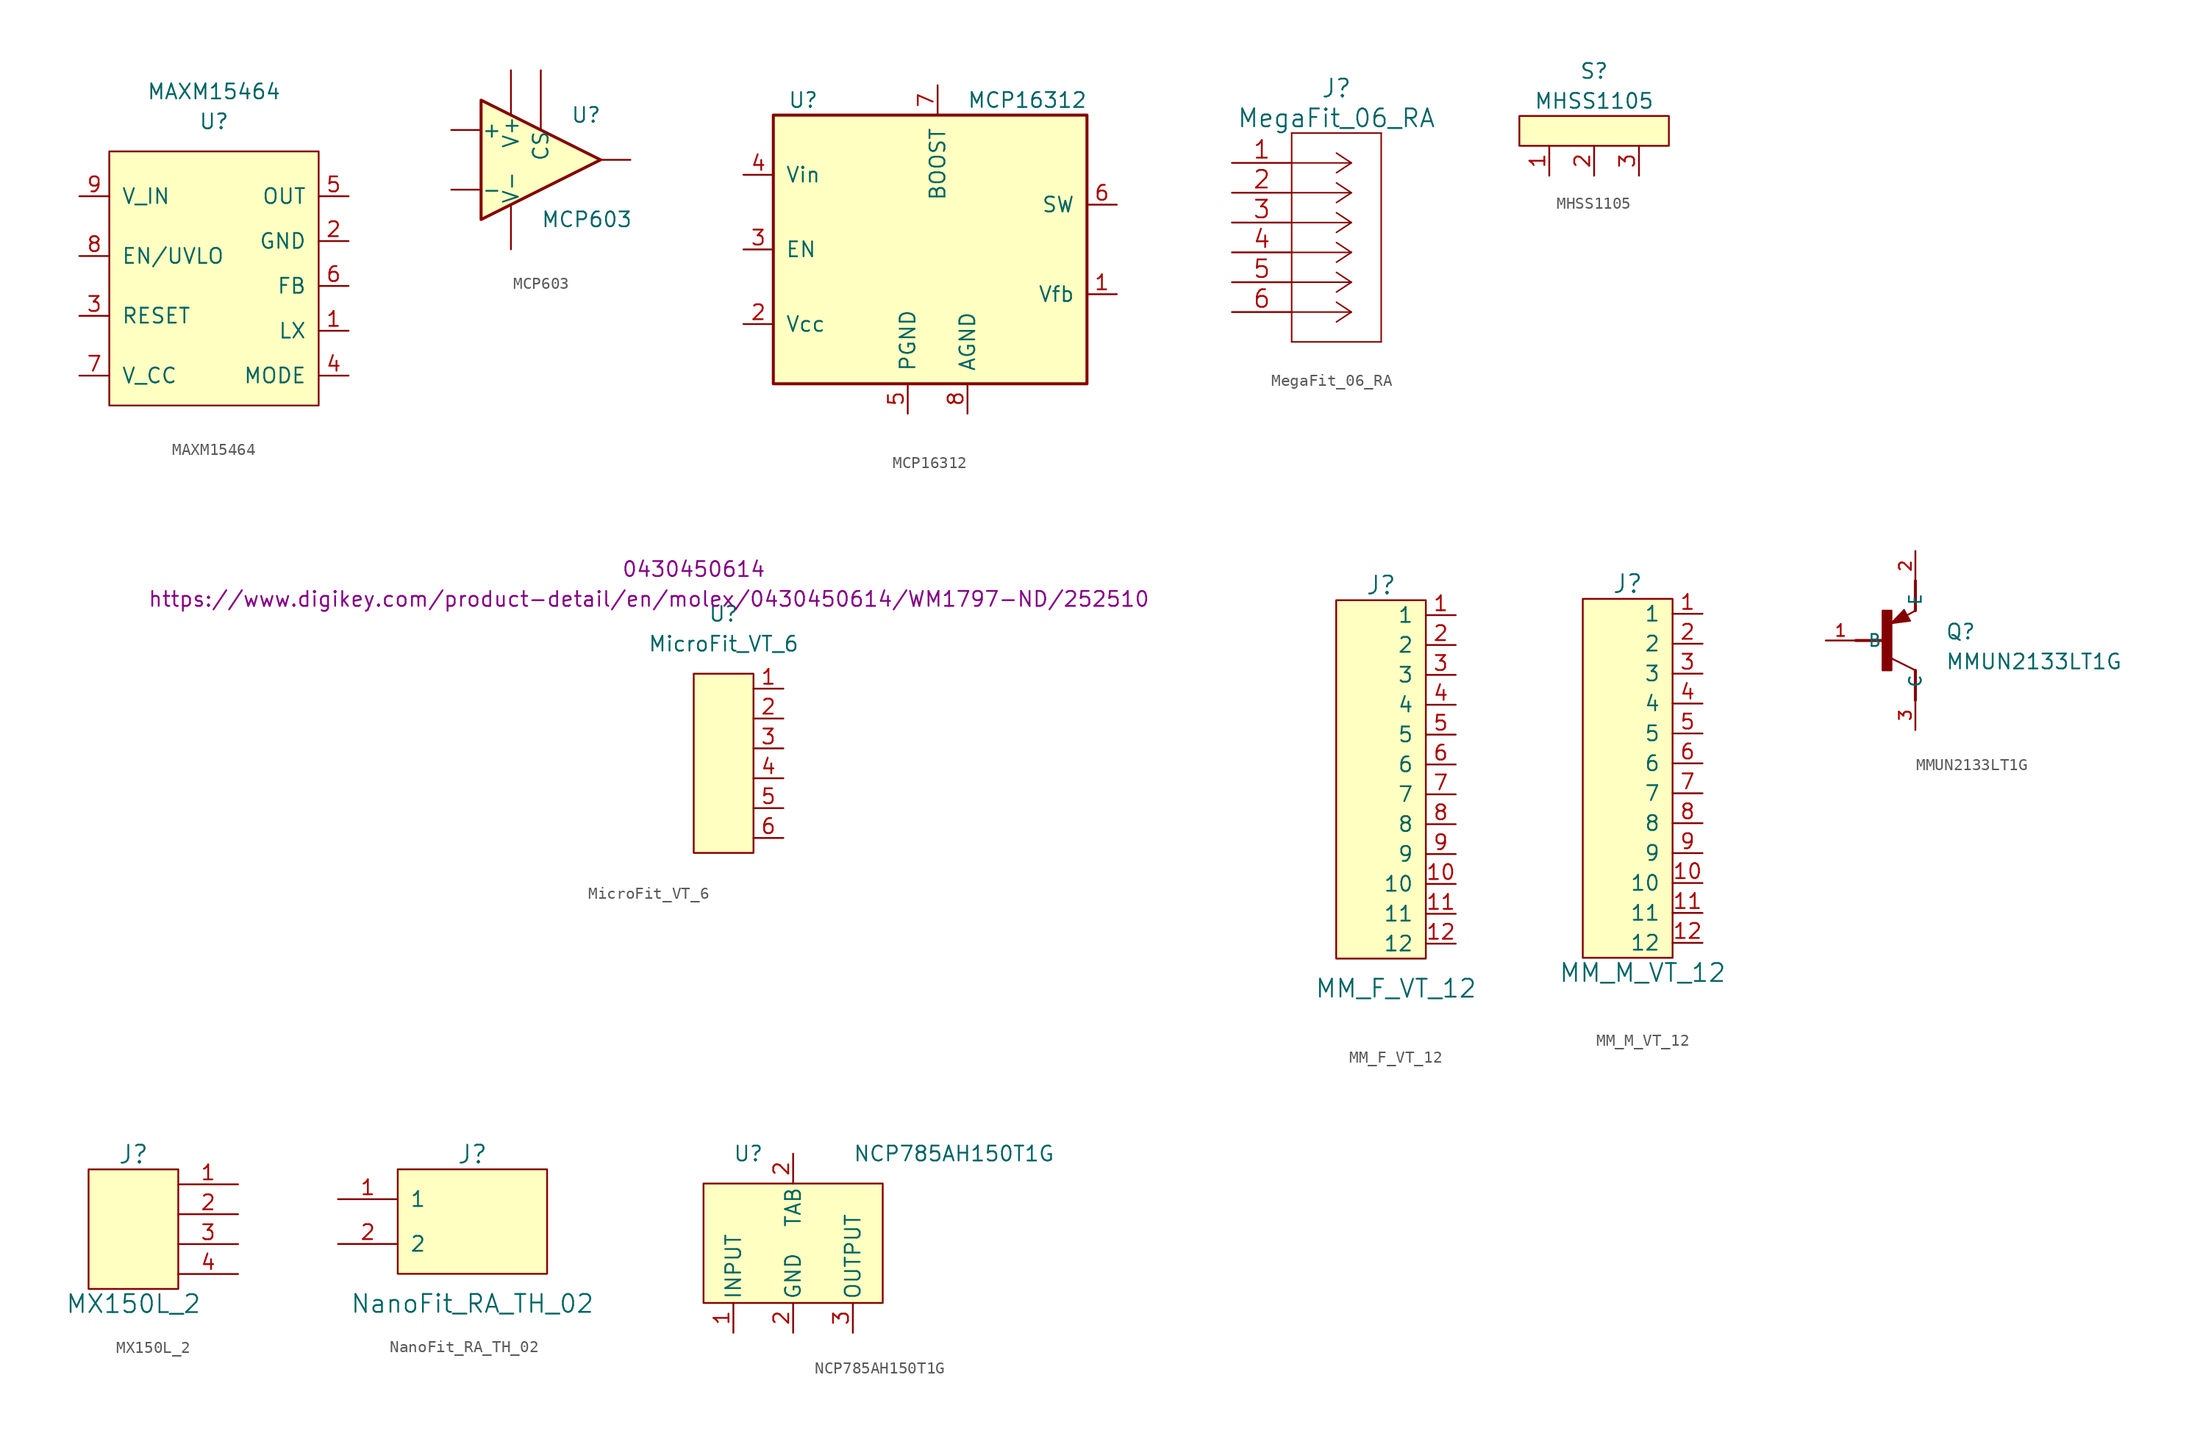
<source format=kicad_sym>
(kicad_symbol_lib
  (version 20211014)
  (generator kicad_symbol_editor)
  (symbol "MAXM15464"
    (pin_names
      (offset 1.016))
    (property "Reference" "U"
      (at 0 12.7 0)
      (effects (font (size 1.27 1.27))))
    (property "Value" "MAXM15464"
      (at 0 15.24 0)
      (effects (font (size 1.27 1.27))))
    (symbol "MAXM15464_0_1"
      (rectangle (start -8.89 10.16) (end 8.89 -11.43) (stroke (width 0) (type default) (color 0 0 0 0)) (fill (type background))))
    (symbol "MAXM15464_1_1"
      (pin input line (at 11.43 -5.08 180) (length 2.54) (name "LX" (effects (font (size 1.27 1.27)))) (number "1" (effects (font (size 1.27 1.27)))))
      (pin input line (at 11.43 2.54 180) (length 2.54) (name "GND" (effects (font (size 1.27 1.27)))) (number "2" (effects (font (size 1.27 1.27)))))
      (pin input line (at -11.43 -3.81 0) (length 2.54) (name "RESET" (effects (font (size 1.27 1.27)))) (number "3" (effects (font (size 1.27 1.27)))))
      (pin input line (at 11.43 -8.89 180) (length 2.54) (name "MODE" (effects (font (size 1.27 1.27)))) (number "4" (effects (font (size 1.27 1.27)))))
      (pin input line (at 11.43 6.35 180) (length 2.54) (name "OUT" (effects (font (size 1.27 1.27)))) (number "5" (effects (font (size 1.27 1.27)))))
      (pin input line (at 11.43 -1.27 180) (length 2.54) (name "FB" (effects (font (size 1.27 1.27)))) (number "6" (effects (font (size 1.27 1.27)))))
      (pin input line (at -11.43 -8.89 0) (length 2.54) (name "V_CC" (effects (font (size 1.27 1.27)))) (number "7" (effects (font (size 1.27 1.27)))))
      (pin input line (at -11.43 1.27 0) (length 2.54) (name "EN/UVLO" (effects (font (size 1.27 1.27)))) (number "8" (effects (font (size 1.27 1.27)))))
      (pin input line (at -11.43 6.35 0) (length 2.54) (name "V_IN" (effects (font (size 1.27 1.27)))) (number "9" (effects (font (size 1.27 1.27)))))))
  (symbol "MCP603"
    (pin_numbers hide)
    (pin_names
      (offset 0.025))
    (property "Reference" "U"
      (at 2.54 3.81 0)
      (effects (font (size 1.27 1.27)) (justify left)))
    (property "Value" "MCP603"
      (at 0 -5.08 0)
      (effects (font (size 1.27 1.27)) (justify left)))
    (symbol "MCP603_0_1"
      (polyline (pts (xy -5.08 5.08) (xy 5.08 0) (xy -5.08 -5.08) (xy -5.08 5.08)) (stroke (width 0.254) (type default) (color 0 0 0 0)) (fill (type background)))
      (pin power_in line (at -2.54 -7.62 90) (length 3.81) (name "V-" (effects (font (size 1.27 1.27)))) (number "2" (effects (font (size 1.27 1.27)))))
      (pin power_in line (at -2.54 7.62 270) (length 3.81) (name "V+" (effects (font (size 1.27 1.27)))) (number "6" (effects (font (size 1.27 1.27))))))
    (symbol "MCP603_1_1"
      (pin output line (at 7.62 0 180) (length 2.54) (name "~" (effects (font (size 1.27 1.27)))) (number "1" (effects (font (size 1.27 1.27)))))
      (pin input line (at -7.62 2.54 0) (length 2.54) (name "+" (effects (font (size 1.27 1.27)))) (number "3" (effects (font (size 1.27 1.27)))))
      (pin input line (at -7.62 -2.54 0) (length 2.54) (name "-" (effects (font (size 1.27 1.27)))) (number "4" (effects (font (size 1.27 1.27)))))
      (pin input line (at 0 7.62 270) (length 5.08) (name "CS" (effects (font (size 1.27 1.27)))) (number "5" (effects (font (size 1.27 1.27)))))))
  (symbol "MCP16312"
    (pin_names
      (offset 1.016))
    (property "Reference" "U"
      (at -25.4 43.18 0)
      (effects (font (size 1.27 1.27))))
    (property "Value" "MCP16312"
      (at -6.35 43.18 0)
      (effects (font (size 1.27 1.27))))
    (symbol "MCP16312_0_1"
      (rectangle (start -1.27 19.05) (end -27.94 41.91) (stroke (width 0.254) (type default) (color 0 0 0 0)) (fill (type background))))
    (symbol "MCP16312_1_1"
      (pin output line (at 1.27 26.67 180) (length 2.54) (name "Vfb" (effects (font (size 1.27 1.27)))) (number "1" (effects (font (size 1.27 1.27)))))
      (pin output line (at -30.48 24.13 0) (length 2.54) (name "Vcc" (effects (font (size 1.27 1.27)))) (number "2" (effects (font (size 1.27 1.27)))))
      (pin output line (at -30.48 30.48 0) (length 2.54) (name "EN" (effects (font (size 1.27 1.27)))) (number "3" (effects (font (size 1.27 1.27)))))
      (pin output line (at -30.48 36.83 0) (length 2.54) (name "Vin" (effects (font (size 1.27 1.27)))) (number "4" (effects (font (size 1.27 1.27)))))
      (pin output line (at -16.51 16.51 90) (length 2.54) (name "PGND" (effects (font (size 1.27 1.27)))) (number "5" (effects (font (size 1.27 1.27)))))
      (pin output line (at 1.27 34.29 180) (length 2.54) (name "SW" (effects (font (size 1.27 1.27)))) (number "6" (effects (font (size 1.27 1.27)))))
      (pin output line (at -13.97 44.45 270) (length 2.54) (name "BOOST" (effects (font (size 1.27 1.27)))) (number "7" (effects (font (size 1.27 1.27)))))
      (pin output line (at -11.43 16.51 90) (length 2.54) (name "AGND" (effects (font (size 1.27 1.27)))) (number "8" (effects (font (size 1.27 1.27)))))))
  (symbol "MegaFit_06_RA"
    (pin_names
      (offset 0.254) hide)
    (property "Reference" "J"
      (at 8.89 6.35 0)
      (effects (font (size 1.524 1.524))))
    (property "Value" "MegaFit_06_RA"
      (at 8.89 3.81 0)
      (effects (font (size 1.524 1.524))))
    (symbol "MegaFit_06_RA_1_1"
      (polyline (pts (xy 5.08 -15.24) (xy 12.7 -15.24)) (stroke (width 0.127) (type default) (color 0 0 0 0)) (fill (type none)))
      (polyline (pts (xy 5.08 2.54) (xy 5.08 -15.24)) (stroke (width 0.127) (type default) (color 0 0 0 0)) (fill (type none)))
      (polyline (pts (xy 10.16 -12.7) (xy 5.08 -12.7)) (stroke (width 0.127) (type default) (color 0 0 0 0)) (fill (type none)))
      (polyline (pts (xy 10.16 -12.7) (xy 8.89 -13.538)) (stroke (width 0.127) (type default) (color 0 0 0 0)) (fill (type none)))
      (polyline (pts (xy 10.16 -12.7) (xy 8.89 -11.862)) (stroke (width 0.127) (type default) (color 0 0 0 0)) (fill (type none)))
      (polyline (pts (xy 10.16 -10.16) (xy 5.08 -10.16)) (stroke (width 0.127) (type default) (color 0 0 0 0)) (fill (type none)))
      (polyline (pts (xy 10.16 -10.16) (xy 8.89 -10.998)) (stroke (width 0.127) (type default) (color 0 0 0 0)) (fill (type none)))
      (polyline (pts (xy 10.16 -10.16) (xy 8.89 -9.322)) (stroke (width 0.127) (type default) (color 0 0 0 0)) (fill (type none)))
      (polyline (pts (xy 10.16 -7.62) (xy 5.08 -7.62)) (stroke (width 0.127) (type default) (color 0 0 0 0)) (fill (type none)))
      (polyline (pts (xy 10.16 -7.62) (xy 8.89 -8.458)) (stroke (width 0.127) (type default) (color 0 0 0 0)) (fill (type none)))
      (polyline (pts (xy 10.16 -7.62) (xy 8.89 -6.782)) (stroke (width 0.127) (type default) (color 0 0 0 0)) (fill (type none)))
      (polyline (pts (xy 10.16 -5.08) (xy 5.08 -5.08)) (stroke (width 0.127) (type default) (color 0 0 0 0)) (fill (type none)))
      (polyline (pts (xy 10.16 -5.08) (xy 8.89 -5.918)) (stroke (width 0.127) (type default) (color 0 0 0 0)) (fill (type none)))
      (polyline (pts (xy 10.16 -5.08) (xy 8.89 -4.242)) (stroke (width 0.127) (type default) (color 0 0 0 0)) (fill (type none)))
      (polyline (pts (xy 10.16 -2.54) (xy 5.08 -2.54)) (stroke (width 0.127) (type default) (color 0 0 0 0)) (fill (type none)))
      (polyline (pts (xy 10.16 -2.54) (xy 8.89 -3.378)) (stroke (width 0.127) (type default) (color 0 0 0 0)) (fill (type none)))
      (polyline (pts (xy 10.16 -2.54) (xy 8.89 -1.702)) (stroke (width 0.127) (type default) (color 0 0 0 0)) (fill (type none)))
      (polyline (pts (xy 10.16 0) (xy 5.08 0)) (stroke (width 0.127) (type default) (color 0 0 0 0)) (fill (type none)))
      (polyline (pts (xy 10.16 0) (xy 8.89 -0.838)) (stroke (width 0.127) (type default) (color 0 0 0 0)) (fill (type none)))
      (polyline (pts (xy 10.16 0) (xy 8.89 0.838)) (stroke (width 0.127) (type default) (color 0 0 0 0)) (fill (type none)))
      (polyline (pts (xy 12.7 -15.24) (xy 12.7 2.54)) (stroke (width 0.127) (type default) (color 0 0 0 0)) (fill (type none)))
      (polyline (pts (xy 12.7 2.54) (xy 5.08 2.54)) (stroke (width 0.127) (type default) (color 0 0 0 0)) (fill (type none)))
      (pin unspecified line (at 0 0 0) (length 5.08) (name "1" (effects (font (size 1.499 1.499)))) (number "1" (effects (font (size 1.499 1.499)))))
      (pin unspecified line (at 0 -2.54 0) (length 5.08) (name "2" (effects (font (size 1.499 1.499)))) (number "2" (effects (font (size 1.499 1.499)))))
      (pin unspecified line (at 0 -5.08 0) (length 5.08) (name "3" (effects (font (size 1.499 1.499)))) (number "3" (effects (font (size 1.499 1.499)))))
      (pin unspecified line (at 0 -7.62 0) (length 5.08) (name "4" (effects (font (size 1.499 1.499)))) (number "4" (effects (font (size 1.499 1.499)))))
      (pin unspecified line (at 0 -10.16 0) (length 5.08) (name "5" (effects (font (size 1.499 1.499)))) (number "5" (effects (font (size 1.499 1.499)))))
      (pin unspecified line (at 0 -12.7 0) (length 5.08) (name "6" (effects (font (size 1.499 1.499)))) (number "6" (effects (font (size 1.499 1.499)))))))
  (symbol "MHSS1105"
    (pin_names
      (offset 1.016))
    (property "Reference" "S"
      (at 0 6.35 0)
      (effects (font (size 1.27 1.27))))
    (property "Value" "MHSS1105"
      (at 0 3.81 0)
      (effects (font (size 1.27 1.27))))
    (symbol "MHSS1105_0_1"
      (rectangle (start -6.35 2.54) (end 6.35 0) (stroke (width 0) (type default) (color 0 0 0 0)) (fill (type background))))
    (symbol "MHSS1105_1_1"
      (pin output line (at -3.81 -2.54 90) (length 2.54) (name "~" (effects (font (size 1.27 1.27)))) (number "1" (effects (font (size 1.27 1.27)))))
      (pin output line (at 0 -2.54 90) (length 2.54) (name "~" (effects (font (size 1.27 1.27)))) (number "2" (effects (font (size 1.27 1.27)))))
      (pin output line (at 3.81 -2.54 90) (length 2.54) (name "~" (effects (font (size 1.27 1.27)))) (number "3" (effects (font (size 1.27 1.27)))))))
  (symbol "MicroFit_VT_6"
    (pin_names
      (offset 1.016))
    (property "Reference" "U"
      (at 0 12.7 0)
      (effects (font (size 1.27 1.27))))
    (property "Value" "MicroFit_VT_6"
      (at 0 10.16 0)
      (effects (font (size 1.27 1.27))))
    (property "MPN" "0430450614"
      (at -2.54 16.51 0)
      (effects (font (size 1.27 1.27))))
    (property "PurchasingLink" "https://www.digikey.com/product-detail/en/molex/0430450614/WM1797-ND/252510"
      (at -6.35 13.97 0)
      (effects (font (size 1.27 1.27))))
    (symbol "MicroFit_VT_6_0_1"
      (rectangle (start -2.54 7.62) (end 2.54 -7.62) (stroke (width 0) (type default) (color 0 0 0 0)) (fill (type background))))
    (symbol "MicroFit_VT_6_1_1"
      (pin input line (at 5.08 6.35 180) (length 2.54) (name "~" (effects (font (size 1.27 1.27)))) (number "1" (effects (font (size 1.27 1.27)))))
      (pin input line (at 5.08 3.81 180) (length 2.54) (name "~" (effects (font (size 1.27 1.27)))) (number "2" (effects (font (size 1.27 1.27)))))
      (pin input line (at 5.08 1.27 180) (length 2.54) (name "~" (effects (font (size 1.27 1.27)))) (number "3" (effects (font (size 1.27 1.27)))))
      (pin input line (at 5.08 -1.27 180) (length 2.54) (name "~" (effects (font (size 1.27 1.27)))) (number "4" (effects (font (size 1.27 1.27)))))
      (pin input line (at 5.08 -3.81 180) (length 2.54) (name "~" (effects (font (size 1.27 1.27)))) (number "5" (effects (font (size 1.27 1.27)))))
      (pin input line (at 5.08 -6.35 180) (length 2.54) (name "~" (effects (font (size 1.27 1.27)))) (number "6" (effects (font (size 1.27 1.27)))))))
  (symbol "MM_F_VT_12"
    (pin_names
      (offset 1.016))
    (property "Reference" "J"
      (at 0 16.51 0)
      (effects (font (size 1.524 1.524))))
    (property "Value" "MM_F_VT_12"
      (at 1.27 -17.78 0)
      (effects (font (size 1.524 1.524))))
    (symbol "MM_F_VT_12_0_1"
      (rectangle (start 3.81 -15.24) (end -3.81 15.24) (stroke (width 0) (type default) (color 0 0 0 0)) (fill (type background))))
    (symbol "MM_F_VT_12_1_1"
      (pin bidirectional line (at 6.35 13.97 180) (length 2.54) (name "1" (effects (font (size 1.27 1.27)))) (number "1" (effects (font (size 1.27 1.27)))))
      (pin bidirectional line (at 6.35 -8.89 180) (length 2.54) (name "10" (effects (font (size 1.27 1.27)))) (number "10" (effects (font (size 1.27 1.27)))))
      (pin bidirectional line (at 6.35 -11.43 180) (length 2.54) (name "11" (effects (font (size 1.27 1.27)))) (number "11" (effects (font (size 1.27 1.27)))))
      (pin bidirectional line (at 6.35 -13.97 180) (length 2.54) (name "12" (effects (font (size 1.27 1.27)))) (number "12" (effects (font (size 1.27 1.27)))))
      (pin bidirectional line (at 6.35 11.43 180) (length 2.54) (name "2" (effects (font (size 1.27 1.27)))) (number "2" (effects (font (size 1.27 1.27)))))
      (pin bidirectional line (at 6.35 8.89 180) (length 2.54) (name "3" (effects (font (size 1.27 1.27)))) (number "3" (effects (font (size 1.27 1.27)))))
      (pin bidirectional line (at 6.35 6.35 180) (length 2.54) (name "4" (effects (font (size 1.27 1.27)))) (number "4" (effects (font (size 1.27 1.27)))))
      (pin bidirectional line (at 6.35 3.81 180) (length 2.54) (name "5" (effects (font (size 1.27 1.27)))) (number "5" (effects (font (size 1.27 1.27)))))
      (pin bidirectional line (at 6.35 1.27 180) (length 2.54) (name "6" (effects (font (size 1.27 1.27)))) (number "6" (effects (font (size 1.27 1.27)))))
      (pin bidirectional line (at 6.35 -1.27 180) (length 2.54) (name "7" (effects (font (size 1.27 1.27)))) (number "7" (effects (font (size 1.27 1.27)))))
      (pin bidirectional line (at 6.35 -3.81 180) (length 2.54) (name "8" (effects (font (size 1.27 1.27)))) (number "8" (effects (font (size 1.27 1.27)))))
      (pin bidirectional line (at 6.35 -6.35 180) (length 2.54) (name "9" (effects (font (size 1.27 1.27)))) (number "9" (effects (font (size 1.27 1.27)))))))
  (symbol "MM_M_VT_12"
    (pin_names
      (offset 1.016))
    (property "Reference" "J"
      (at -2.54 30.48 0)
      (effects (font (size 1.524 1.524))))
    (property "Value" "MM_M_VT_12"
      (at -1.27 -2.54 0)
      (effects (font (size 1.524 1.524))))
    (symbol "MM_M_VT_12_0_1"
      (rectangle (start -6.35 29.21) (end 1.27 -1.27) (stroke (width 0) (type default) (color 0 0 0 0)) (fill (type background))))
    (symbol "MM_M_VT_12_1_1"
      (pin bidirectional line (at 3.81 27.94 180) (length 2.54) (name "1" (effects (font (size 1.27 1.27)))) (number "1" (effects (font (size 1.27 1.27)))))
      (pin bidirectional line (at 3.81 5.08 180) (length 2.54) (name "10" (effects (font (size 1.27 1.27)))) (number "10" (effects (font (size 1.27 1.27)))))
      (pin bidirectional line (at 3.81 2.54 180) (length 2.54) (name "11" (effects (font (size 1.27 1.27)))) (number "11" (effects (font (size 1.27 1.27)))))
      (pin bidirectional line (at 3.81 0 180) (length 2.54) (name "12" (effects (font (size 1.27 1.27)))) (number "12" (effects (font (size 1.27 1.27)))))
      (pin bidirectional line (at 3.81 25.4 180) (length 2.54) (name "2" (effects (font (size 1.27 1.27)))) (number "2" (effects (font (size 1.27 1.27)))))
      (pin bidirectional line (at 3.81 22.86 180) (length 2.54) (name "3" (effects (font (size 1.27 1.27)))) (number "3" (effects (font (size 1.27 1.27)))))
      (pin bidirectional line (at 3.81 20.32 180) (length 2.54) (name "4" (effects (font (size 1.27 1.27)))) (number "4" (effects (font (size 1.27 1.27)))))
      (pin bidirectional line (at 3.81 17.78 180) (length 2.54) (name "5" (effects (font (size 1.27 1.27)))) (number "5" (effects (font (size 1.27 1.27)))))
      (pin bidirectional line (at 3.81 15.24 180) (length 2.54) (name "6" (effects (font (size 1.27 1.27)))) (number "6" (effects (font (size 1.27 1.27)))))
      (pin bidirectional line (at 3.81 12.7 180) (length 2.54) (name "7" (effects (font (size 1.27 1.27)))) (number "7" (effects (font (size 1.27 1.27)))))
      (pin bidirectional line (at 3.81 10.16 180) (length 2.54) (name "8" (effects (font (size 1.27 1.27)))) (number "8" (effects (font (size 1.27 1.27)))))
      (pin bidirectional line (at 3.81 7.62 180) (length 2.54) (name "9" (effects (font (size 1.27 1.27)))) (number "9" (effects (font (size 1.27 1.27)))))))
  (symbol "MMUN2133LT1G"
    (pin_names
      (offset 1.016))
    (property "Reference" "Q"
      (at 5.08 0 0)
      (effects (font (size 1.27 1.27)) (justify left bottom)))
    (property "Value" "MMUN2133LT1G"
      (at 5.08 -2.54 0)
      (effects (font (size 1.27 1.27)) (justify left bottom)))
    (symbol "MMUN2133LT1G_0_0"
      (rectangle (start -0.254 -2.54) (end 0.508 2.54) (stroke (width 0) (type default) (color 0 0 0 0)) (fill (type outline)))
      (polyline (pts (xy -2.54 0) (xy 0 0)) (stroke (width 0.254) (type default) (color 0 0 0 0)) (fill (type none)))
      (polyline (pts (xy 0.508 1.473) (xy 2.083 1.676)) (stroke (width 0.152) (type default) (color 0 0 0 0)) (fill (type none)))
      (polyline (pts (xy 0.762 1.651) (xy 1.778 1.778)) (stroke (width 0.254) (type default) (color 0 0 0 0)) (fill (type none)))
      (polyline (pts (xy 1.143 1.905) (xy 1.524 1.905)) (stroke (width 0.254) (type default) (color 0 0 0 0)) (fill (type none)))
      (polyline (pts (xy 1.524 2.159) (xy 1.143 1.905)) (stroke (width 0.254) (type default) (color 0 0 0 0)) (fill (type none)))
      (polyline (pts (xy 1.524 2.413) (xy 0.762 1.651)) (stroke (width 0.254) (type default) (color 0 0 0 0)) (fill (type none)))
      (polyline (pts (xy 1.575 2.591) (xy 0.508 1.473)) (stroke (width 0.152) (type default) (color 0 0 0 0)) (fill (type none)))
      (polyline (pts (xy 1.778 1.778) (xy 1.524 2.159)) (stroke (width 0.254) (type default) (color 0 0 0 0)) (fill (type none)))
      (polyline (pts (xy 1.905 1.778) (xy 1.524 2.413)) (stroke (width 0.254) (type default) (color 0 0 0 0)) (fill (type none)))
      (polyline (pts (xy 2.083 1.676) (xy 1.575 2.591)) (stroke (width 0.152) (type default) (color 0 0 0 0)) (fill (type none)))
      (polyline (pts (xy 2.54 -2.54) (xy 0.508 -1.524)) (stroke (width 0.152) (type default) (color 0 0 0 0)) (fill (type none)))
      (polyline (pts (xy 2.54 -2.54) (xy 2.54 -5.08)) (stroke (width 0.254) (type default) (color 0 0 0 0)) (fill (type none)))
      (polyline (pts (xy 2.54 2.54) (xy 1.803 2.134)) (stroke (width 0.152) (type default) (color 0 0 0 0)) (fill (type none)))
      (polyline (pts (xy 2.54 5.08) (xy 2.54 2.54)) (stroke (width 0.254) (type default) (color 0 0 0 0)) (fill (type none)))
      (pin input line (at -5.08 0 0) (length 2.54) (name "B" (effects (font (size 1.016 1.016)))) (number "1" (effects (font (size 1.016 1.016)))))
      (pin passive line (at 2.54 7.62 270) (length 2.54) (name "E" (effects (font (size 1.016 1.016)))) (number "2" (effects (font (size 1.016 1.016)))))
      (pin output line (at 2.54 -7.62 90) (length 2.54) (name "C" (effects (font (size 1.016 1.016)))) (number "3" (effects (font (size 1.016 1.016)))))))
  (symbol "MX150L_2"
    (pin_names
      (offset 1.016) hide)
    (property "Reference" "J"
      (at 0 7.62 0)
      (effects (font (size 1.524 1.524))))
    (property "Value" "MX150L_2"
      (at 0 -5.08 0)
      (effects (font (size 1.524 1.524))))
    (symbol "MX150L_2_0_1"
      (rectangle (start 3.81 6.35) (end -3.81 -3.81) (stroke (width 0) (type default) (color 0 0 0 0)) (fill (type background))))
    (symbol "MX150L_2_1_1"
      (pin passive line (at 8.89 5.08 180) (length 5.08) (name "1" (effects (font (size 1.27 1.27)))) (number "1" (effects (font (size 1.27 1.27)))))
      (pin passive line (at 8.89 2.54 180) (length 5.08) (name "2" (effects (font (size 1.27 1.27)))) (number "2" (effects (font (size 1.27 1.27)))))
      (pin passive line (at 8.89 0 180) (length 5.08) (name "3" (effects (font (size 1.27 1.27)))) (number "3" (effects (font (size 1.27 1.27)))))
      (pin passive line (at 8.89 -2.54 180) (length 5.08) (name "4" (effects (font (size 1.27 1.27)))) (number "4" (effects (font (size 1.27 1.27)))))))
  (symbol "NanoFit_RA_TH_02"
    (pin_names
      (offset 1.016))
    (property "Reference" "J"
      (at 0 5.08 0)
      (effects (font (size 1.524 1.524))))
    (property "Value" "NanoFit_RA_TH_02"
      (at 0 -7.62 0)
      (effects (font (size 1.524 1.524))))
    (symbol "NanoFit_RA_TH_02_0_1"
      (rectangle (start -6.35 3.81) (end 6.35 -5.08) (stroke (width 0) (type default) (color 0 0 0 0)) (fill (type background))))
    (symbol "NanoFit_RA_TH_02_1_1"
      (pin input line (at -11.43 1.27 0) (length 5.08) (name "1" (effects (font (size 1.27 1.27)))) (number "1" (effects (font (size 1.27 1.27)))))
      (pin input line (at -11.43 -2.54 0) (length 5.08) (name "2" (effects (font (size 1.27 1.27)))) (number "2" (effects (font (size 1.27 1.27)))))))
  (symbol "NCP785AH150T1G"
    (pin_names
      (offset 0.254))
    (property "Reference" "U"
      (at -5.08 3.81 0)
      (effects (font (size 1.27 1.27))))
    (property "Value" "NCP785AH150T1G"
      (at 3.81 3.81 0)
      (effects (font (size 1.27 1.27)) (justify left)))
    (symbol "NCP785AH150T1G_0_1"
      (rectangle (start -8.89 1.27) (end 6.35 -8.89) (stroke (width 0) (type default) (color 0 0 0 0)) (fill (type background))))
    (symbol "NCP785AH150T1G_1_1"
      (pin power_in line (at -6.35 -11.43 90) (length 2.54) (name "INPUT" (effects (font (size 1.27 1.27)))) (number "1" (effects (font (size 1.27 1.27)))))
      (pin power_in line (at -1.27 -11.43 90) (length 2.54) (name "GND" (effects (font (size 1.27 1.27)))) (number "2" (effects (font (size 1.27 1.27)))))
      (pin power_in line (at -1.27 3.81 270) (length 2.54) (name "TAB" (effects (font (size 1.27 1.27)))) (number "2" (effects (font (size 1.27 1.27)))))
      (pin passive line (at 3.81 -11.43 90) (length 2.54) (name "OUTPUT" (effects (font (size 1.27 1.27)))) (number "3" (effects (font (size 1.27 1.27))))))))
</source>
